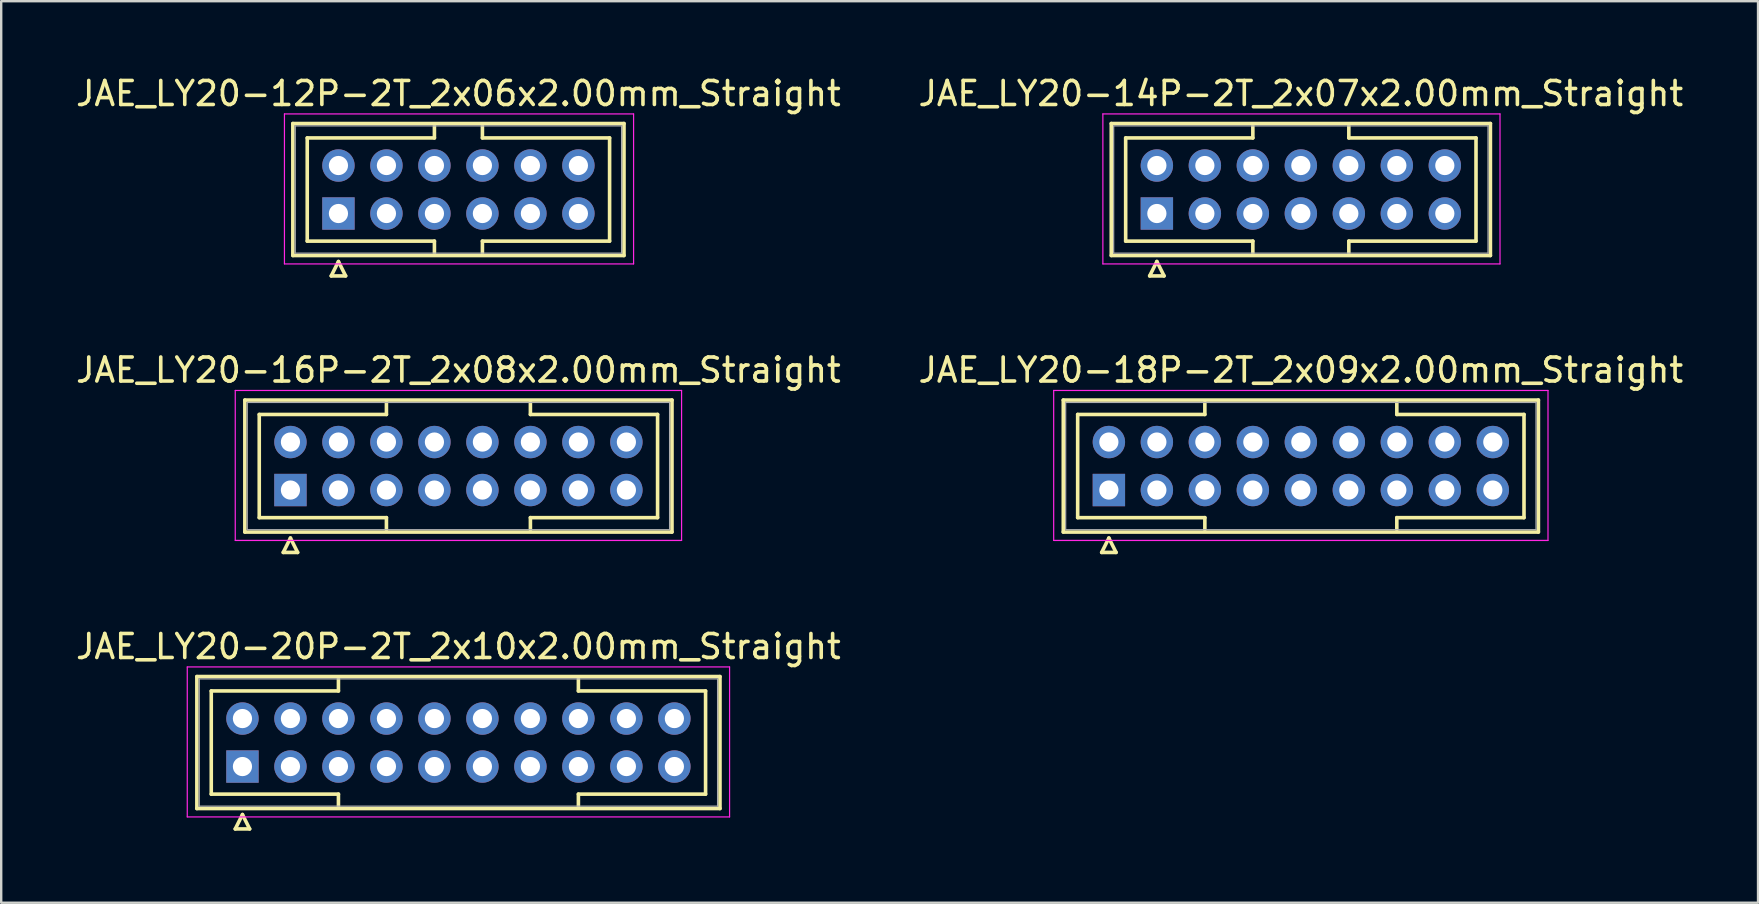
<source format=kicad_pcb>
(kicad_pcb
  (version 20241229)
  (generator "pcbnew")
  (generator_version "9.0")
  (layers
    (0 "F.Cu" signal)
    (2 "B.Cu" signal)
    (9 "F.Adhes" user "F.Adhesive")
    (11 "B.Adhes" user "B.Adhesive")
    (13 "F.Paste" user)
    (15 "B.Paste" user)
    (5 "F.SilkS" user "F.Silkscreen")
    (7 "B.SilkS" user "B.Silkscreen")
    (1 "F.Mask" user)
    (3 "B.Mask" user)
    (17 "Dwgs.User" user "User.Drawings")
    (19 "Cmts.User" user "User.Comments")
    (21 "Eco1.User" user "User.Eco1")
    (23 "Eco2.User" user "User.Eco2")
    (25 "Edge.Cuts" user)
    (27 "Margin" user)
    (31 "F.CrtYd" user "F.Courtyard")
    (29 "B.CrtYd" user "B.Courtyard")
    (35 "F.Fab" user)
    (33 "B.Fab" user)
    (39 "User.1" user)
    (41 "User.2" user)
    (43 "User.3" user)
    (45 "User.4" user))
  (footprint "JAE_LY20-18P-2T_2x09x2.00mm_Straight"
    (layer "F.Cu")
    (at 43.161 17.372)
    (property "Reference" "JAE_LY20-18P-2T_2x09x2.00mm_Straight" (at 8 -5 0) (layer "F.SilkS") (effects (font (size 1 1) (thickness 0.15))))
    (attr through_hole)
    (fp_line (start -1.9 -3.75) (end -1.9 1.75) (stroke (width 0.15) (type solid)) (layer "F.SilkS"))
    (fp_line (start -1.9 1.75) (end 17.9 1.75) (stroke (width 0.15) (type solid)) (layer "F.SilkS"))
    (fp_line (start -1.3 -3.15) (end 4 -3.15) (stroke (width 0.15) (type solid)) (layer "F.SilkS"))
    (fp_line (start -1.3 1.15) (end -1.3 -3.15) (stroke (width 0.15) (type solid)) (layer "F.SilkS"))
    (fp_line (start -0.3 2.6) (end 0.3 2.6) (stroke (width 0.15) (type solid)) (layer "F.SilkS"))
    (fp_line (start 0 2) (end -0.3 2.6) (stroke (width 0.15) (type solid)) (layer "F.SilkS"))
    (fp_line (start 0.3 2.6) (end 0 2) (stroke (width 0.15) (type solid)) (layer "F.SilkS"))
    (fp_line (start 4 -3.15) (end 4 -3.65) (stroke (width 0.15) (type solid)) (layer "F.SilkS"))
    (fp_line (start 4 1.15) (end -1.3 1.15) (stroke (width 0.15) (type solid)) (layer "F.SilkS"))
    (fp_line (start 4 1.65) (end 4 1.15) (stroke (width 0.15) (type solid)) (layer "F.SilkS"))
    (fp_line (start 12 -3.15) (end 12 -3.65) (stroke (width 0.15) (type solid)) (layer "F.SilkS"))
    (fp_line (start 12 1.15) (end 17.3 1.15) (stroke (width 0.15) (type solid)) (layer "F.SilkS"))
    (fp_line (start 12 1.65) (end 12 1.15) (stroke (width 0.15) (type solid)) (layer "F.SilkS"))
    (fp_line (start 17.3 -3.15) (end 12 -3.15) (stroke (width 0.15) (type solid)) (layer "F.SilkS"))
    (fp_line (start 17.3 1.15) (end 17.3 -3.15) (stroke (width 0.15) (type solid)) (layer "F.SilkS"))
    (fp_line (start 17.9 -3.75) (end -1.9 -3.75) (stroke (width 0.15) (type solid)) (layer "F.SilkS"))
    (fp_line (start 17.9 1.75) (end 17.9 -3.75) (stroke (width 0.15) (type solid)) (layer "F.SilkS"))
    (fp_line (start -2.3 -4.15) (end -2.3 2.1) (stroke (width 0.05) (type solid)) (layer "F.CrtYd"))
    (fp_line (start -2.3 2.1) (end 18.3 2.1) (stroke (width 0.05) (type solid)) (layer "F.CrtYd"))
    (fp_line (start 18.3 -4.15) (end -2.3 -4.15) (stroke (width 0.05) (type solid)) (layer "F.CrtYd"))
    (fp_line (start 18.3 2.1) (end 18.3 -4.15) (stroke (width 0.05) (type solid)) (layer "F.CrtYd"))
    (fp_line (start -1.8 -3.65) (end -1.8 1.65) (stroke (width 0.05) (type solid)) (layer "F.Fab"))
    (fp_line (start -1.8 1.65) (end 17.8 1.65) (stroke (width 0.05) (type solid)) (layer "F.Fab"))
    (fp_line (start 17.8 -3.65) (end -1.8 -3.65) (stroke (width 0.05) (type solid)) (layer "F.Fab"))
    (fp_line (start 17.8 1.65) (end 17.8 -3.65) (stroke (width 0.05) (type solid)) (layer "F.Fab"))
    (pad "1" thru_hole rect (at 0 0) (size 1.35 1.35) (drill 0.8) (layers "*.Cu" "*.Mask"))
    (pad "2" thru_hole circle (at 2 0) (size 1.35 1.35) (drill 0.8) (layers "*.Cu" "*.Mask"))
    (pad "3" thru_hole circle (at 4 0) (size 1.35 1.35) (drill 0.8) (layers "*.Cu" "*.Mask"))
    (pad "4" thru_hole circle (at 6 0) (size 1.35 1.35) (drill 0.8) (layers "*.Cu" "*.Mask"))
    (pad "5" thru_hole circle (at 8 0) (size 1.35 1.35) (drill 0.8) (layers "*.Cu" "*.Mask"))
    (pad "6" thru_hole circle (at 10 0) (size 1.35 1.35) (drill 0.8) (layers "*.Cu" "*.Mask"))
    (pad "7" thru_hole circle (at 12 0) (size 1.35 1.35) (drill 0.8) (layers "*.Cu" "*.Mask"))
    (pad "8" thru_hole circle (at 14 0) (size 1.35 1.35) (drill 0.8) (layers "*.Cu" "*.Mask"))
    (pad "9" thru_hole circle (at 16 0) (size 1.35 1.35) (drill 0.8) (layers "*.Cu" "*.Mask"))
    (pad "10" thru_hole circle (at 0 -2) (size 1.35 1.35) (drill 0.8) (layers "*.Cu" "*.Mask"))
    (pad "11" thru_hole circle (at 2 -2) (size 1.35 1.35) (drill 0.8) (layers "*.Cu" "*.Mask"))
    (pad "12" thru_hole circle (at 4 -2) (size 1.35 1.35) (drill 0.8) (layers "*.Cu" "*.Mask"))
    (pad "13" thru_hole circle (at 6 -2) (size 1.35 1.35) (drill 0.8) (layers "*.Cu" "*.Mask"))
    (pad "14" thru_hole circle (at 8 -2) (size 1.35 1.35) (drill 0.8) (layers "*.Cu" "*.Mask"))
    (pad "15" thru_hole circle (at 10 -2) (size 1.35 1.35) (drill 0.8) (layers "*.Cu" "*.Mask"))
    (pad "16" thru_hole circle (at 12 -2) (size 1.35 1.35) (drill 0.8) (layers "*.Cu" "*.Mask"))
    (pad "17" thru_hole circle (at 14 -2) (size 1.35 1.35) (drill 0.8) (layers "*.Cu" "*.Mask"))
    (pad "18" thru_hole circle (at 16 -2) (size 1.35 1.35) (drill 0.8) (layers "*.Cu" "*.Mask")))
  (footprint "JAE_LY20-16P-2T_2x08x2.00mm_Straight"
    (layer "F.Cu")
    (at 9.054 17.372)
    (property "Reference" "JAE_LY20-16P-2T_2x08x2.00mm_Straight" (at 7 -5 0) (layer "F.SilkS") (effects (font (size 1 1) (thickness 0.15))))
    (attr through_hole)
    (fp_line (start -1.9 -3.75) (end -1.9 1.75) (stroke (width 0.15) (type solid)) (layer "F.SilkS"))
    (fp_line (start -1.9 1.75) (end 15.9 1.75) (stroke (width 0.15) (type solid)) (layer "F.SilkS"))
    (fp_line (start -1.3 -3.15) (end 4 -3.15) (stroke (width 0.15) (type solid)) (layer "F.SilkS"))
    (fp_line (start -1.3 1.15) (end -1.3 -3.15) (stroke (width 0.15) (type solid)) (layer "F.SilkS"))
    (fp_line (start -0.3 2.6) (end 0.3 2.6) (stroke (width 0.15) (type solid)) (layer "F.SilkS"))
    (fp_line (start 0 2) (end -0.3 2.6) (stroke (width 0.15) (type solid)) (layer "F.SilkS"))
    (fp_line (start 0.3 2.6) (end 0 2) (stroke (width 0.15) (type solid)) (layer "F.SilkS"))
    (fp_line (start 4 -3.15) (end 4 -3.65) (stroke (width 0.15) (type solid)) (layer "F.SilkS"))
    (fp_line (start 4 1.15) (end -1.3 1.15) (stroke (width 0.15) (type solid)) (layer "F.SilkS"))
    (fp_line (start 4 1.65) (end 4 1.15) (stroke (width 0.15) (type solid)) (layer "F.SilkS"))
    (fp_line (start 10 -3.15) (end 10 -3.65) (stroke (width 0.15) (type solid)) (layer "F.SilkS"))
    (fp_line (start 10 1.15) (end 15.3 1.15) (stroke (width 0.15) (type solid)) (layer "F.SilkS"))
    (fp_line (start 10 1.65) (end 10 1.15) (stroke (width 0.15) (type solid)) (layer "F.SilkS"))
    (fp_line (start 15.3 -3.15) (end 10 -3.15) (stroke (width 0.15) (type solid)) (layer "F.SilkS"))
    (fp_line (start 15.3 1.15) (end 15.3 -3.15) (stroke (width 0.15) (type solid)) (layer "F.SilkS"))
    (fp_line (start 15.9 -3.75) (end -1.9 -3.75) (stroke (width 0.15) (type solid)) (layer "F.SilkS"))
    (fp_line (start 15.9 1.75) (end 15.9 -3.75) (stroke (width 0.15) (type solid)) (layer "F.SilkS"))
    (fp_line (start -2.3 -4.15) (end -2.3 2.1) (stroke (width 0.05) (type solid)) (layer "F.CrtYd"))
    (fp_line (start -2.3 2.1) (end 16.3 2.1) (stroke (width 0.05) (type solid)) (layer "F.CrtYd"))
    (fp_line (start 16.3 -4.15) (end -2.3 -4.15) (stroke (width 0.05) (type solid)) (layer "F.CrtYd"))
    (fp_line (start 16.3 2.1) (end 16.3 -4.15) (stroke (width 0.05) (type solid)) (layer "F.CrtYd"))
    (fp_line (start -1.8 -3.65) (end -1.8 1.65) (stroke (width 0.05) (type solid)) (layer "F.Fab"))
    (fp_line (start -1.8 1.65) (end 15.8 1.65) (stroke (width 0.05) (type solid)) (layer "F.Fab"))
    (fp_line (start 15.8 -3.65) (end -1.8 -3.65) (stroke (width 0.05) (type solid)) (layer "F.Fab"))
    (fp_line (start 15.8 1.65) (end 15.8 -3.65) (stroke (width 0.05) (type solid)) (layer "F.Fab"))
    (pad "1" thru_hole rect (at 0 0) (size 1.35 1.35) (drill 0.8) (layers "*.Cu" "*.Mask"))
    (pad "2" thru_hole circle (at 2 0) (size 1.35 1.35) (drill 0.8) (layers "*.Cu" "*.Mask"))
    (pad "3" thru_hole circle (at 4 0) (size 1.35 1.35) (drill 0.8) (layers "*.Cu" "*.Mask"))
    (pad "4" thru_hole circle (at 6 0) (size 1.35 1.35) (drill 0.8) (layers "*.Cu" "*.Mask"))
    (pad "5" thru_hole circle (at 8 0) (size 1.35 1.35) (drill 0.8) (layers "*.Cu" "*.Mask"))
    (pad "6" thru_hole circle (at 10 0) (size 1.35 1.35) (drill 0.8) (layers "*.Cu" "*.Mask"))
    (pad "7" thru_hole circle (at 12 0) (size 1.35 1.35) (drill 0.8) (layers "*.Cu" "*.Mask"))
    (pad "8" thru_hole circle (at 14 0) (size 1.35 1.35) (drill 0.8) (layers "*.Cu" "*.Mask"))
    (pad "9" thru_hole circle (at 0 -2) (size 1.35 1.35) (drill 0.8) (layers "*.Cu" "*.Mask"))
    (pad "10" thru_hole circle (at 2 -2) (size 1.35 1.35) (drill 0.8) (layers "*.Cu" "*.Mask"))
    (pad "11" thru_hole circle (at 4 -2) (size 1.35 1.35) (drill 0.8) (layers "*.Cu" "*.Mask"))
    (pad "12" thru_hole circle (at 6 -2) (size 1.35 1.35) (drill 0.8) (layers "*.Cu" "*.Mask"))
    (pad "13" thru_hole circle (at 8 -2) (size 1.35 1.35) (drill 0.8) (layers "*.Cu" "*.Mask"))
    (pad "14" thru_hole circle (at 10 -2) (size 1.35 1.35) (drill 0.8) (layers "*.Cu" "*.Mask"))
    (pad "15" thru_hole circle (at 12 -2) (size 1.35 1.35) (drill 0.8) (layers "*.Cu" "*.Mask"))
    (pad "16" thru_hole circle (at 14 -2) (size 1.35 1.35) (drill 0.8) (layers "*.Cu" "*.Mask")))
  (footprint "JAE_LY20-20P-2T_2x10x2.00mm_Straight"
    (layer "F.Cu")
    (at 7.054 28.895)
    (property "Reference" "JAE_LY20-20P-2T_2x10x2.00mm_Straight" (at 9 -5 0) (layer "F.SilkS") (effects (font (size 1 1) (thickness 0.15))))
    (attr through_hole)
    (fp_line (start -1.9 -3.75) (end -1.9 1.75) (stroke (width 0.15) (type solid)) (layer "F.SilkS"))
    (fp_line (start -1.9 1.75) (end 19.9 1.75) (stroke (width 0.15) (type solid)) (layer "F.SilkS"))
    (fp_line (start -1.3 -3.15) (end 4 -3.15) (stroke (width 0.15) (type solid)) (layer "F.SilkS"))
    (fp_line (start -1.3 1.15) (end -1.3 -3.15) (stroke (width 0.15) (type solid)) (layer "F.SilkS"))
    (fp_line (start -0.3 2.6) (end 0.3 2.6) (stroke (width 0.15) (type solid)) (layer "F.SilkS"))
    (fp_line (start 0 2) (end -0.3 2.6) (stroke (width 0.15) (type solid)) (layer "F.SilkS"))
    (fp_line (start 0.3 2.6) (end 0 2) (stroke (width 0.15) (type solid)) (layer "F.SilkS"))
    (fp_line (start 4 -3.15) (end 4 -3.65) (stroke (width 0.15) (type solid)) (layer "F.SilkS"))
    (fp_line (start 4 1.15) (end -1.3 1.15) (stroke (width 0.15) (type solid)) (layer "F.SilkS"))
    (fp_line (start 4 1.65) (end 4 1.15) (stroke (width 0.15) (type solid)) (layer "F.SilkS"))
    (fp_line (start 14 -3.15) (end 14 -3.65) (stroke (width 0.15) (type solid)) (layer "F.SilkS"))
    (fp_line (start 14 1.15) (end 19.3 1.15) (stroke (width 0.15) (type solid)) (layer "F.SilkS"))
    (fp_line (start 14 1.65) (end 14 1.15) (stroke (width 0.15) (type solid)) (layer "F.SilkS"))
    (fp_line (start 19.3 -3.15) (end 14 -3.15) (stroke (width 0.15) (type solid)) (layer "F.SilkS"))
    (fp_line (start 19.3 1.15) (end 19.3 -3.15) (stroke (width 0.15) (type solid)) (layer "F.SilkS"))
    (fp_line (start 19.9 -3.75) (end -1.9 -3.75) (stroke (width 0.15) (type solid)) (layer "F.SilkS"))
    (fp_line (start 19.9 1.75) (end 19.9 -3.75) (stroke (width 0.15) (type solid)) (layer "F.SilkS"))
    (fp_line (start -2.3 -4.15) (end -2.3 2.1) (stroke (width 0.05) (type solid)) (layer "F.CrtYd"))
    (fp_line (start -2.3 2.1) (end 20.3 2.1) (stroke (width 0.05) (type solid)) (layer "F.CrtYd"))
    (fp_line (start 20.3 -4.15) (end -2.3 -4.15) (stroke (width 0.05) (type solid)) (layer "F.CrtYd"))
    (fp_line (start 20.3 2.1) (end 20.3 -4.15) (stroke (width 0.05) (type solid)) (layer "F.CrtYd"))
    (fp_line (start -1.8 -3.65) (end -1.8 1.65) (stroke (width 0.05) (type solid)) (layer "F.Fab"))
    (fp_line (start -1.8 1.65) (end 19.8 1.65) (stroke (width 0.05) (type solid)) (layer "F.Fab"))
    (fp_line (start 19.8 -3.65) (end -1.8 -3.65) (stroke (width 0.05) (type solid)) (layer "F.Fab"))
    (fp_line (start 19.8 1.65) (end 19.8 -3.65) (stroke (width 0.05) (type solid)) (layer "F.Fab"))
    (pad "1" thru_hole rect (at 0 0) (size 1.35 1.35) (drill 0.8) (layers "*.Cu" "*.Mask"))
    (pad "2" thru_hole circle (at 2 0) (size 1.35 1.35) (drill 0.8) (layers "*.Cu" "*.Mask"))
    (pad "3" thru_hole circle (at 4 0) (size 1.35 1.35) (drill 0.8) (layers "*.Cu" "*.Mask"))
    (pad "4" thru_hole circle (at 6 0) (size 1.35 1.35) (drill 0.8) (layers "*.Cu" "*.Mask"))
    (pad "5" thru_hole circle (at 8 0) (size 1.35 1.35) (drill 0.8) (layers "*.Cu" "*.Mask"))
    (pad "6" thru_hole circle (at 10 0) (size 1.35 1.35) (drill 0.8) (layers "*.Cu" "*.Mask"))
    (pad "7" thru_hole circle (at 12 0) (size 1.35 1.35) (drill 0.8) (layers "*.Cu" "*.Mask"))
    (pad "8" thru_hole circle (at 14 0) (size 1.35 1.35) (drill 0.8) (layers "*.Cu" "*.Mask"))
    (pad "9" thru_hole circle (at 16 0) (size 1.35 1.35) (drill 0.8) (layers "*.Cu" "*.Mask"))
    (pad "10" thru_hole circle (at 18 0) (size 1.35 1.35) (drill 0.8) (layers "*.Cu" "*.Mask"))
    (pad "11" thru_hole circle (at 0 -2) (size 1.35 1.35) (drill 0.8) (layers "*.Cu" "*.Mask"))
    (pad "12" thru_hole circle (at 2 -2) (size 1.35 1.35) (drill 0.8) (layers "*.Cu" "*.Mask"))
    (pad "13" thru_hole circle (at 4 -2) (size 1.35 1.35) (drill 0.8) (layers "*.Cu" "*.Mask"))
    (pad "14" thru_hole circle (at 6 -2) (size 1.35 1.35) (drill 0.8) (layers "*.Cu" "*.Mask"))
    (pad "15" thru_hole circle (at 8 -2) (size 1.35 1.35) (drill 0.8) (layers "*.Cu" "*.Mask"))
    (pad "16" thru_hole circle (at 10 -2) (size 1.35 1.35) (drill 0.8) (layers "*.Cu" "*.Mask"))
    (pad "17" thru_hole circle (at 12 -2) (size 1.35 1.35) (drill 0.8) (layers "*.Cu" "*.Mask"))
    (pad "18" thru_hole circle (at 14 -2) (size 1.35 1.35) (drill 0.8) (layers "*.Cu" "*.Mask"))
    (pad "19" thru_hole circle (at 16 -2) (size 1.35 1.35) (drill 0.8) (layers "*.Cu" "*.Mask"))
    (pad "20" thru_hole circle (at 18 -2) (size 1.35 1.35) (drill 0.8) (layers "*.Cu" "*.Mask")))
  (footprint "JAE_LY20-12P-2T_2x06x2.00mm_Straight"
    (layer "F.Cu")
    (at 11.054 5.848)
    (property "Reference" "JAE_LY20-12P-2T_2x06x2.00mm_Straight" (at 5 -5 0) (layer "F.SilkS") (effects (font (size 1 1) (thickness 0.15))))
    (attr through_hole)
    (fp_line (start -1.9 -3.75) (end -1.9 1.75) (stroke (width 0.15) (type solid)) (layer "F.SilkS"))
    (fp_line (start -1.9 1.75) (end 11.9 1.75) (stroke (width 0.15) (type solid)) (layer "F.SilkS"))
    (fp_line (start -1.3 -3.15) (end 4 -3.15) (stroke (width 0.15) (type solid)) (layer "F.SilkS"))
    (fp_line (start -1.3 1.15) (end -1.3 -3.15) (stroke (width 0.15) (type solid)) (layer "F.SilkS"))
    (fp_line (start -0.3 2.6) (end 0.3 2.6) (stroke (width 0.15) (type solid)) (layer "F.SilkS"))
    (fp_line (start 0 2) (end -0.3 2.6) (stroke (width 0.15) (type solid)) (layer "F.SilkS"))
    (fp_line (start 0.3 2.6) (end 0 2) (stroke (width 0.15) (type solid)) (layer "F.SilkS"))
    (fp_line (start 4 -3.15) (end 4 -3.65) (stroke (width 0.15) (type solid)) (layer "F.SilkS"))
    (fp_line (start 4 1.15) (end -1.3 1.15) (stroke (width 0.15) (type solid)) (layer "F.SilkS"))
    (fp_line (start 4 1.65) (end 4 1.15) (stroke (width 0.15) (type solid)) (layer "F.SilkS"))
    (fp_line (start 6 -3.15) (end 6 -3.65) (stroke (width 0.15) (type solid)) (layer "F.SilkS"))
    (fp_line (start 6 1.15) (end 11.3 1.15) (stroke (width 0.15) (type solid)) (layer "F.SilkS"))
    (fp_line (start 6 1.65) (end 6 1.15) (stroke (width 0.15) (type solid)) (layer "F.SilkS"))
    (fp_line (start 11.3 -3.15) (end 6 -3.15) (stroke (width 0.15) (type solid)) (layer "F.SilkS"))
    (fp_line (start 11.3 1.15) (end 11.3 -3.15) (stroke (width 0.15) (type solid)) (layer "F.SilkS"))
    (fp_line (start 11.9 -3.75) (end -1.9 -3.75) (stroke (width 0.15) (type solid)) (layer "F.SilkS"))
    (fp_line (start 11.9 1.75) (end 11.9 -3.75) (stroke (width 0.15) (type solid)) (layer "F.SilkS"))
    (fp_line (start -2.25 -4.15) (end -2.25 2.1) (stroke (width 0.05) (type solid)) (layer "F.CrtYd"))
    (fp_line (start -2.25 2.1) (end 12.3 2.1) (stroke (width 0.05) (type solid)) (layer "F.CrtYd"))
    (fp_line (start 12.3 -4.15) (end -2.25 -4.15) (stroke (width 0.05) (type solid)) (layer "F.CrtYd"))
    (fp_line (start 12.3 2.1) (end 12.3 -4.15) (stroke (width 0.05) (type solid)) (layer "F.CrtYd"))
    (fp_line (start -1.8 -3.65) (end -1.8 1.65) (stroke (width 0.05) (type solid)) (layer "F.Fab"))
    (fp_line (start -1.8 1.65) (end 11.8 1.65) (stroke (width 0.05) (type solid)) (layer "F.Fab"))
    (fp_line (start 11.8 -3.65) (end -1.8 -3.65) (stroke (width 0.05) (type solid)) (layer "F.Fab"))
    (fp_line (start 11.8 1.65) (end 11.8 -3.65) (stroke (width 0.05) (type solid)) (layer "F.Fab"))
    (pad "1" thru_hole rect (at 0 0) (size 1.35 1.35) (drill 0.8) (layers "*.Cu" "*.Mask"))
    (pad "2" thru_hole circle (at 2 0) (size 1.35 1.35) (drill 0.8) (layers "*.Cu" "*.Mask"))
    (pad "3" thru_hole circle (at 4 0) (size 1.35 1.35) (drill 0.8) (layers "*.Cu" "*.Mask"))
    (pad "4" thru_hole circle (at 6 0) (size 1.35 1.35) (drill 0.8) (layers "*.Cu" "*.Mask"))
    (pad "5" thru_hole circle (at 8 0) (size 1.35 1.35) (drill 0.8) (layers "*.Cu" "*.Mask"))
    (pad "6" thru_hole circle (at 10 0) (size 1.35 1.35) (drill 0.8) (layers "*.Cu" "*.Mask"))
    (pad "7" thru_hole circle (at 0 -2) (size 1.35 1.35) (drill 0.8) (layers "*.Cu" "*.Mask"))
    (pad "8" thru_hole circle (at 2 -2) (size 1.35 1.35) (drill 0.8) (layers "*.Cu" "*.Mask"))
    (pad "9" thru_hole circle (at 4 -2) (size 1.35 1.35) (drill 0.8) (layers "*.Cu" "*.Mask"))
    (pad "10" thru_hole circle (at 6 -2) (size 1.35 1.35) (drill 0.8) (layers "*.Cu" "*.Mask"))
    (pad "11" thru_hole circle (at 8 -2) (size 1.35 1.35) (drill 0.8) (layers "*.Cu" "*.Mask"))
    (pad "12" thru_hole circle (at 10 -2) (size 1.35 1.35) (drill 0.8) (layers "*.Cu" "*.Mask")))
  (footprint "JAE_LY20-14P-2T_2x07x2.00mm_Straight"
    (layer "F.Cu")
    (at 45.161 5.848)
    (property "Reference" "JAE_LY20-14P-2T_2x07x2.00mm_Straight" (at 6 -5 0) (layer "F.SilkS") (effects (font (size 1 1) (thickness 0.15))))
    (attr through_hole)
    (fp_line (start -1.9 -3.75) (end -1.9 1.75) (stroke (width 0.15) (type solid)) (layer "F.SilkS"))
    (fp_line (start -1.9 1.75) (end 13.9 1.75) (stroke (width 0.15) (type solid)) (layer "F.SilkS"))
    (fp_line (start -1.3 -3.15) (end 4 -3.15) (stroke (width 0.15) (type solid)) (layer "F.SilkS"))
    (fp_line (start -1.3 1.15) (end -1.3 -3.15) (stroke (width 0.15) (type solid)) (layer "F.SilkS"))
    (fp_line (start -0.3 2.6) (end 0.3 2.6) (stroke (width 0.15) (type solid)) (layer "F.SilkS"))
    (fp_line (start 0 2) (end -0.3 2.6) (stroke (width 0.15) (type solid)) (layer "F.SilkS"))
    (fp_line (start 0.3 2.6) (end 0 2) (stroke (width 0.15) (type solid)) (layer "F.SilkS"))
    (fp_line (start 4 -3.15) (end 4 -3.65) (stroke (width 0.15) (type solid)) (layer "F.SilkS"))
    (fp_line (start 4 1.15) (end -1.3 1.15) (stroke (width 0.15) (type solid)) (layer "F.SilkS"))
    (fp_line (start 4 1.65) (end 4 1.15) (stroke (width 0.15) (type solid)) (layer "F.SilkS"))
    (fp_line (start 8 -3.15) (end 8 -3.65) (stroke (width 0.15) (type solid)) (layer "F.SilkS"))
    (fp_line (start 8 1.15) (end 13.3 1.15) (stroke (width 0.15) (type solid)) (layer "F.SilkS"))
    (fp_line (start 8 1.65) (end 8 1.15) (stroke (width 0.15) (type solid)) (layer "F.SilkS"))
    (fp_line (start 13.3 -3.15) (end 8 -3.15) (stroke (width 0.15) (type solid)) (layer "F.SilkS"))
    (fp_line (start 13.3 1.15) (end 13.3 -3.15) (stroke (width 0.15) (type solid)) (layer "F.SilkS"))
    (fp_line (start 13.9 -3.75) (end -1.9 -3.75) (stroke (width 0.15) (type solid)) (layer "F.SilkS"))
    (fp_line (start 13.9 1.75) (end 13.9 -3.75) (stroke (width 0.15) (type solid)) (layer "F.SilkS"))
    (fp_line (start -2.25 -4.15) (end -2.25 2.1) (stroke (width 0.05) (type solid)) (layer "F.CrtYd"))
    (fp_line (start -2.25 2.1) (end 14.3 2.1) (stroke (width 0.05) (type solid)) (layer "F.CrtYd"))
    (fp_line (start 14.3 -4.15) (end -2.25 -4.15) (stroke (width 0.05) (type solid)) (layer "F.CrtYd"))
    (fp_line (start 14.3 2.1) (end 14.3 -4.15) (stroke (width 0.05) (type solid)) (layer "F.CrtYd"))
    (fp_line (start -1.8 -3.65) (end -1.8 1.65) (stroke (width 0.05) (type solid)) (layer "F.Fab"))
    (fp_line (start -1.8 1.65) (end 13.8 1.65) (stroke (width 0.05) (type solid)) (layer "F.Fab"))
    (fp_line (start 13.8 -3.65) (end -1.8 -3.65) (stroke (width 0.05) (type solid)) (layer "F.Fab"))
    (fp_line (start 13.8 1.65) (end 13.8 -3.65) (stroke (width 0.05) (type solid)) (layer "F.Fab"))
    (pad "1" thru_hole rect (at 0 0) (size 1.35 1.35) (drill 0.8) (layers "*.Cu" "*.Mask"))
    (pad "2" thru_hole circle (at 2 0) (size 1.35 1.35) (drill 0.8) (layers "*.Cu" "*.Mask"))
    (pad "3" thru_hole circle (at 4 0) (size 1.35 1.35) (drill 0.8) (layers "*.Cu" "*.Mask"))
    (pad "4" thru_hole circle (at 6 0) (size 1.35 1.35) (drill 0.8) (layers "*.Cu" "*.Mask"))
    (pad "5" thru_hole circle (at 8 0) (size 1.35 1.35) (drill 0.8) (layers "*.Cu" "*.Mask"))
    (pad "6" thru_hole circle (at 10 0) (size 1.35 1.35) (drill 0.8) (layers "*.Cu" "*.Mask"))
    (pad "7" thru_hole circle (at 12 0) (size 1.35 1.35) (drill 0.8) (layers "*.Cu" "*.Mask"))
    (pad "8" thru_hole circle (at 0 -2) (size 1.35 1.35) (drill 0.8) (layers "*.Cu" "*.Mask"))
    (pad "9" thru_hole circle (at 2 -2) (size 1.35 1.35) (drill 0.8) (layers "*.Cu" "*.Mask"))
    (pad "10" thru_hole circle (at 4 -2) (size 1.35 1.35) (drill 0.8) (layers "*.Cu" "*.Mask"))
    (pad "11" thru_hole circle (at 6 -2) (size 1.35 1.35) (drill 0.8) (layers "*.Cu" "*.Mask"))
    (pad "12" thru_hole circle (at 8 -2) (size 1.35 1.35) (drill 0.8) (layers "*.Cu" "*.Mask"))
    (pad "13" thru_hole circle (at 10 -2) (size 1.35 1.35) (drill 0.8) (layers "*.Cu" "*.Mask"))
    (pad "14" thru_hole circle (at 12 -2) (size 1.35 1.35) (drill 0.8) (layers "*.Cu" "*.Mask")))
  (gr_rect
    (start -3 -3)
    (end 70.214 34.57)
    (stroke (width 0.1) (type default))
    (fill no)
    (layer "Edge.Cuts")))
</source>
